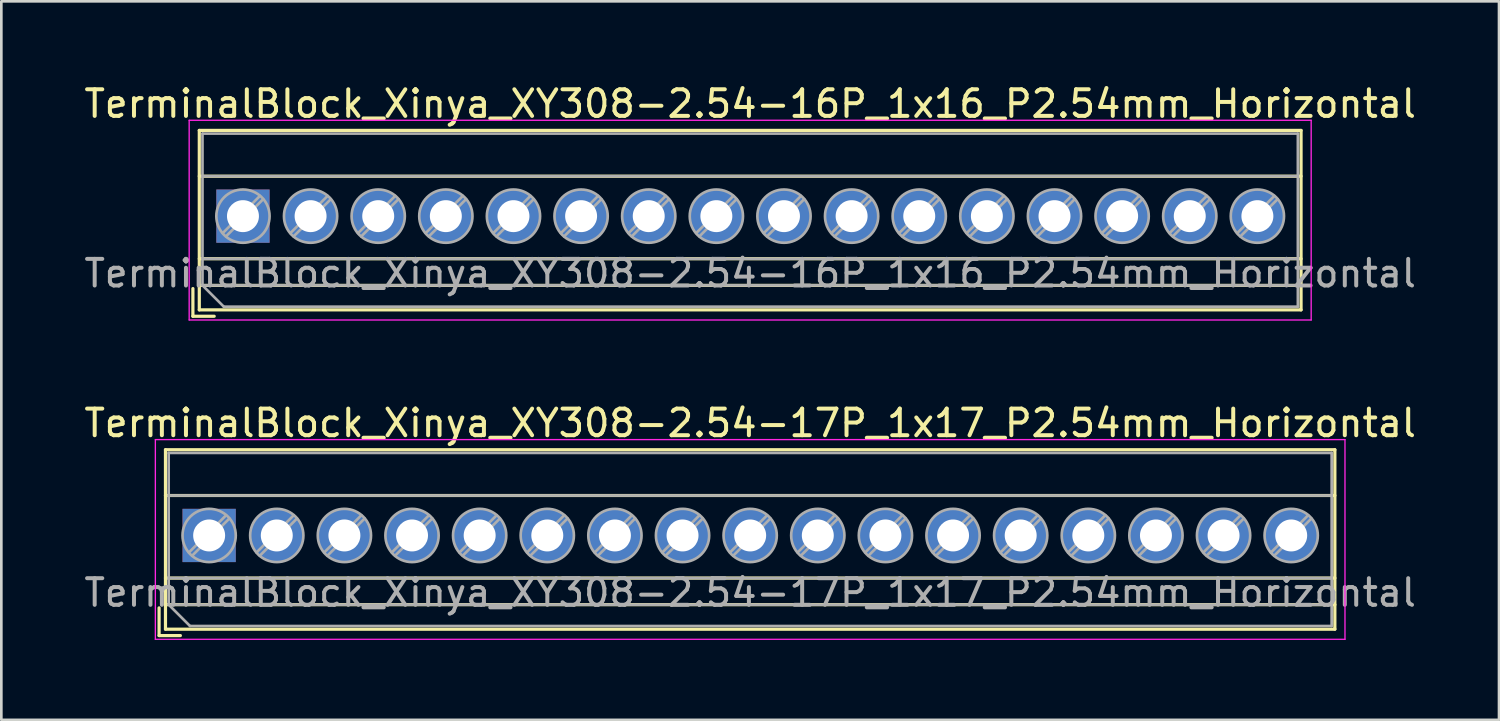
<source format=kicad_pcb>
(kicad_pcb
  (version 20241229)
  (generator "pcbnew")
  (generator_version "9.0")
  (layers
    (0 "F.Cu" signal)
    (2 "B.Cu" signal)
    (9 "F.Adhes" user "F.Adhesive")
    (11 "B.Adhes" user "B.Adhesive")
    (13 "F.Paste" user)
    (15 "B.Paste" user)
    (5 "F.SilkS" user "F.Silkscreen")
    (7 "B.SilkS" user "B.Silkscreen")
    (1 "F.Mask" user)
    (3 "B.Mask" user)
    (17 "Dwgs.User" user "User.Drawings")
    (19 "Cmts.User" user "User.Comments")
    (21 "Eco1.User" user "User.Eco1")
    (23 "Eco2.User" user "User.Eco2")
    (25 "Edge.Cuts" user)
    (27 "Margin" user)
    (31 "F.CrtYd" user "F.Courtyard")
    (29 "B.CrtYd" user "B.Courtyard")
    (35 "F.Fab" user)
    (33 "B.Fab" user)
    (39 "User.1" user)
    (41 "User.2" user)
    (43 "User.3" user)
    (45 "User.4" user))
  (footprint "TerminalBlock_Xinya_XY308-2.54-16P_1x16_P2.54mm_Horizontal"
    (layer "F.Cu")
    (at 6.075 5.068)
    (property "Reference" "TerminalBlock_Xinya_XY308-2.54-16P_1x16_P2.54mm_Horizontal" (at 19.05 -4.22 0) (layer "F.SilkS") (effects (font (size 1 1) (thickness 0.15))))
    (attr through_hole)
    (fp_line (start -1.88 2.72) (end -1.88 3.76) (stroke (width 0.12) (type solid)) (layer "F.SilkS"))
    (fp_line (start -1.88 3.76) (end -1.08 3.76) (stroke (width 0.12) (type solid)) (layer "F.SilkS"))
    (fp_line (start -1.64 -3.22) (end -1.64 3.52) (stroke (width 0.12) (type solid)) (layer "F.SilkS"))
    (fp_line (start -1.64 -3.22) (end 39.74 -3.22) (stroke (width 0.12) (type solid)) (layer "F.SilkS"))
    (fp_line (start -1.64 -1.501) (end 39.74 -1.501) (stroke (width 0.12) (type solid)) (layer "F.SilkS"))
    (fp_line (start -1.64 1.6) (end 39.74 1.6) (stroke (width 0.12) (type solid)) (layer "F.SilkS"))
    (fp_line (start -1.64 2.6) (end 39.74 2.6) (stroke (width 0.12) (type solid)) (layer "F.SilkS"))
    (fp_line (start -1.64 3.52) (end 39.74 3.52) (stroke (width 0.12) (type solid)) (layer "F.SilkS"))
    (fp_line (start 39.74 -3.22) (end 39.74 3.52) (stroke (width 0.12) (type solid)) (layer "F.SilkS"))
    (fp_line (start -2.02 -3.6) (end -2.02 3.9) (stroke (width 0.05) (type solid)) (layer "F.CrtYd"))
    (fp_line (start -2.02 3.9) (end 40.12 3.9) (stroke (width 0.05) (type solid)) (layer "F.CrtYd"))
    (fp_line (start 40.12 -3.6) (end -2.02 -3.6) (stroke (width 0.05) (type solid)) (layer "F.CrtYd"))
    (fp_line (start 40.12 3.9) (end 40.12 -3.6) (stroke (width 0.05) (type solid)) (layer "F.CrtYd"))
    (fp_line (start -1.52 -3.1) (end 39.62 -3.1) (stroke (width 0.1) (type solid)) (layer "F.Fab"))
    (fp_line (start -1.52 -1.5) (end 39.62 -1.5) (stroke (width 0.1) (type solid)) (layer "F.Fab"))
    (fp_line (start -1.52 1.6) (end 39.62 1.6) (stroke (width 0.1) (type solid)) (layer "F.Fab"))
    (fp_line (start -1.52 2.6) (end -1.52 -3.1) (stroke (width 0.1) (type solid)) (layer "F.Fab"))
    (fp_line (start -1.52 2.6) (end 39.62 2.6) (stroke (width 0.1) (type solid)) (layer "F.Fab"))
    (fp_line (start -0.72 3.4) (end -1.52 2.6) (stroke (width 0.1) (type solid)) (layer "F.Fab"))
    (fp_line (start 0.637 -0.759) (end -0.759 0.637) (stroke (width 0.1) (type solid)) (layer "F.Fab"))
    (fp_line (start 0.759 -0.637) (end -0.637 0.759) (stroke (width 0.1) (type solid)) (layer "F.Fab"))
    (fp_line (start 3.177 -0.759) (end 1.782 0.637) (stroke (width 0.1) (type solid)) (layer "F.Fab"))
    (fp_line (start 3.299 -0.637) (end 1.904 0.759) (stroke (width 0.1) (type solid)) (layer "F.Fab"))
    (fp_line (start 5.717 -0.759) (end 4.322 0.637) (stroke (width 0.1) (type solid)) (layer "F.Fab"))
    (fp_line (start 5.839 -0.637) (end 4.444 0.759) (stroke (width 0.1) (type solid)) (layer "F.Fab"))
    (fp_line (start 8.257 -0.759) (end 6.862 0.637) (stroke (width 0.1) (type solid)) (layer "F.Fab"))
    (fp_line (start 8.379 -0.637) (end 6.984 0.759) (stroke (width 0.1) (type solid)) (layer "F.Fab"))
    (fp_line (start 10.797 -0.759) (end 9.402 0.637) (stroke (width 0.1) (type solid)) (layer "F.Fab"))
    (fp_line (start 10.919 -0.637) (end 9.524 0.759) (stroke (width 0.1) (type solid)) (layer "F.Fab"))
    (fp_line (start 13.337 -0.759) (end 11.942 0.637) (stroke (width 0.1) (type solid)) (layer "F.Fab"))
    (fp_line (start 13.459 -0.637) (end 12.064 0.759) (stroke (width 0.1) (type solid)) (layer "F.Fab"))
    (fp_line (start 15.877 -0.759) (end 14.482 0.637) (stroke (width 0.1) (type solid)) (layer "F.Fab"))
    (fp_line (start 15.999 -0.637) (end 14.604 0.759) (stroke (width 0.1) (type solid)) (layer "F.Fab"))
    (fp_line (start 18.417 -0.759) (end 17.022 0.637) (stroke (width 0.1) (type solid)) (layer "F.Fab"))
    (fp_line (start 18.539 -0.637) (end 17.144 0.759) (stroke (width 0.1) (type solid)) (layer "F.Fab"))
    (fp_line (start 20.957 -0.759) (end 19.562 0.637) (stroke (width 0.1) (type solid)) (layer "F.Fab"))
    (fp_line (start 21.079 -0.637) (end 19.684 0.759) (stroke (width 0.1) (type solid)) (layer "F.Fab"))
    (fp_line (start 23.497 -0.759) (end 22.102 0.637) (stroke (width 0.1) (type solid)) (layer "F.Fab"))
    (fp_line (start 23.619 -0.637) (end 22.224 0.759) (stroke (width 0.1) (type solid)) (layer "F.Fab"))
    (fp_line (start 26.037 -0.759) (end 24.642 0.637) (stroke (width 0.1) (type solid)) (layer "F.Fab"))
    (fp_line (start 26.159 -0.637) (end 24.764 0.759) (stroke (width 0.1) (type solid)) (layer "F.Fab"))
    (fp_line (start 28.577 -0.759) (end 27.182 0.637) (stroke (width 0.1) (type solid)) (layer "F.Fab"))
    (fp_line (start 28.699 -0.637) (end 27.304 0.759) (stroke (width 0.1) (type solid)) (layer "F.Fab"))
    (fp_line (start 31.117 -0.759) (end 29.722 0.637) (stroke (width 0.1) (type solid)) (layer "F.Fab"))
    (fp_line (start 31.239 -0.637) (end 29.844 0.759) (stroke (width 0.1) (type solid)) (layer "F.Fab"))
    (fp_line (start 33.657 -0.759) (end 32.262 0.637) (stroke (width 0.1) (type solid)) (layer "F.Fab"))
    (fp_line (start 33.779 -0.637) (end 32.384 0.759) (stroke (width 0.1) (type solid)) (layer "F.Fab"))
    (fp_line (start 36.197 -0.759) (end 34.802 0.637) (stroke (width 0.1) (type solid)) (layer "F.Fab"))
    (fp_line (start 36.319 -0.637) (end 34.924 0.759) (stroke (width 0.1) (type solid)) (layer "F.Fab"))
    (fp_line (start 38.737 -0.759) (end 37.342 0.637) (stroke (width 0.1) (type solid)) (layer "F.Fab"))
    (fp_line (start 38.859 -0.637) (end 37.464 0.759) (stroke (width 0.1) (type solid)) (layer "F.Fab"))
    (fp_line (start 39.62 -3.1) (end 39.62 3.4) (stroke (width 0.1) (type solid)) (layer "F.Fab"))
    (fp_line (start 39.62 3.4) (end -0.72 3.4) (stroke (width 0.1) (type solid)) (layer "F.Fab"))
    (fp_circle (center 0 0) (end 1 0) (stroke (width 0.1) (type solid)) (fill no) (layer "F.Fab"))
    (fp_circle (center 2.54 0) (end 3.54 0) (stroke (width 0.1) (type solid)) (fill no) (layer "F.Fab"))
    (fp_circle (center 5.08 0) (end 6.08 0) (stroke (width 0.1) (type solid)) (fill no) (layer "F.Fab"))
    (fp_circle (center 7.62 0) (end 8.62 0) (stroke (width 0.1) (type solid)) (fill no) (layer "F.Fab"))
    (fp_circle (center 10.16 0) (end 11.16 0) (stroke (width 0.1) (type solid)) (fill no) (layer "F.Fab"))
    (fp_circle (center 12.7 0) (end 13.7 0) (stroke (width 0.1) (type solid)) (fill no) (layer "F.Fab"))
    (fp_circle (center 15.24 0) (end 16.24 0) (stroke (width 0.1) (type solid)) (fill no) (layer "F.Fab"))
    (fp_circle (center 17.78 0) (end 18.78 0) (stroke (width 0.1) (type solid)) (fill no) (layer "F.Fab"))
    (fp_circle (center 20.32 0) (end 21.32 0) (stroke (width 0.1) (type solid)) (fill no) (layer "F.Fab"))
    (fp_circle (center 22.86 0) (end 23.86 0) (stroke (width 0.1) (type solid)) (fill no) (layer "F.Fab"))
    (fp_circle (center 25.4 0) (end 26.4 0) (stroke (width 0.1) (type solid)) (fill no) (layer "F.Fab"))
    (fp_circle (center 27.94 0) (end 28.94 0) (stroke (width 0.1) (type solid)) (fill no) (layer "F.Fab"))
    (fp_circle (center 30.48 0) (end 31.48 0) (stroke (width 0.1) (type solid)) (fill no) (layer "F.Fab"))
    (fp_circle (center 33.02 0) (end 34.02 0) (stroke (width 0.1) (type solid)) (fill no) (layer "F.Fab"))
    (fp_circle (center 35.56 0) (end 36.56 0) (stroke (width 0.1) (type solid)) (fill no) (layer "F.Fab"))
    (fp_circle (center 38.1 0) (end 39.1 0) (stroke (width 0.1) (type solid)) (fill no) (layer "F.Fab"))
    (fp_text user "${REFERENCE}" (at 19.05 2.15 0) (layer "F.Fab") (effects (font (size 1 1) (thickness 0.15))))
    (pad "1" thru_hole rect (at 0 0) (size 2 2) (drill 1.2) (layers "*.Cu" "*.Mask"))
    (pad "2" thru_hole circle (at 2.54 0) (size 2 2) (drill 1.2) (layers "*.Cu" "*.Mask"))
    (pad "3" thru_hole circle (at 5.08 0) (size 2 2) (drill 1.2) (layers "*.Cu" "*.Mask"))
    (pad "4" thru_hole circle (at 7.62 0) (size 2 2) (drill 1.2) (layers "*.Cu" "*.Mask"))
    (pad "5" thru_hole circle (at 10.16 0) (size 2 2) (drill 1.2) (layers "*.Cu" "*.Mask"))
    (pad "6" thru_hole circle (at 12.7 0) (size 2 2) (drill 1.2) (layers "*.Cu" "*.Mask"))
    (pad "7" thru_hole circle (at 15.24 0) (size 2 2) (drill 1.2) (layers "*.Cu" "*.Mask"))
    (pad "8" thru_hole circle (at 17.78 0) (size 2 2) (drill 1.2) (layers "*.Cu" "*.Mask"))
    (pad "9" thru_hole circle (at 20.32 0) (size 2 2) (drill 1.2) (layers "*.Cu" "*.Mask"))
    (pad "10" thru_hole circle (at 22.86 0) (size 2 2) (drill 1.2) (layers "*.Cu" "*.Mask"))
    (pad "11" thru_hole circle (at 25.4 0) (size 2 2) (drill 1.2) (layers "*.Cu" "*.Mask"))
    (pad "12" thru_hole circle (at 27.94 0) (size 2 2) (drill 1.2) (layers "*.Cu" "*.Mask"))
    (pad "13" thru_hole circle (at 30.48 0) (size 2 2) (drill 1.2) (layers "*.Cu" "*.Mask"))
    (pad "14" thru_hole circle (at 33.02 0) (size 2 2) (drill 1.2) (layers "*.Cu" "*.Mask"))
    (pad "15" thru_hole circle (at 35.56 0) (size 2 2) (drill 1.2) (layers "*.Cu" "*.Mask"))
    (pad "16" thru_hole circle (at 38.1 0) (size 2 2) (drill 1.2) (layers "*.Cu" "*.Mask")))
  (footprint "TerminalBlock_Xinya_XY308-2.54-17P_1x17_P2.54mm_Horizontal"
    (layer "F.Cu")
    (at 4.805 17.061)
    (property "Reference" "TerminalBlock_Xinya_XY308-2.54-17P_1x17_P2.54mm_Horizontal" (at 20.32 -4.22 0) (layer "F.SilkS") (effects (font (size 1 1) (thickness 0.15))))
    (attr through_hole)
    (fp_line (start -1.88 2.72) (end -1.88 3.76) (stroke (width 0.12) (type solid)) (layer "F.SilkS"))
    (fp_line (start -1.88 3.76) (end -1.08 3.76) (stroke (width 0.12) (type solid)) (layer "F.SilkS"))
    (fp_line (start -1.64 -3.22) (end -1.64 3.52) (stroke (width 0.12) (type solid)) (layer "F.SilkS"))
    (fp_line (start -1.64 -3.22) (end 42.28 -3.22) (stroke (width 0.12) (type solid)) (layer "F.SilkS"))
    (fp_line (start -1.64 -1.501) (end 42.28 -1.501) (stroke (width 0.12) (type solid)) (layer "F.SilkS"))
    (fp_line (start -1.64 1.6) (end 42.28 1.6) (stroke (width 0.12) (type solid)) (layer "F.SilkS"))
    (fp_line (start -1.64 2.6) (end 42.28 2.6) (stroke (width 0.12) (type solid)) (layer "F.SilkS"))
    (fp_line (start -1.64 3.52) (end 42.28 3.52) (stroke (width 0.12) (type solid)) (layer "F.SilkS"))
    (fp_line (start 42.28 -3.22) (end 42.28 3.52) (stroke (width 0.12) (type solid)) (layer "F.SilkS"))
    (fp_line (start -2.02 -3.6) (end -2.02 3.9) (stroke (width 0.05) (type solid)) (layer "F.CrtYd"))
    (fp_line (start -2.02 3.9) (end 42.66 3.9) (stroke (width 0.05) (type solid)) (layer "F.CrtYd"))
    (fp_line (start 42.66 -3.6) (end -2.02 -3.6) (stroke (width 0.05) (type solid)) (layer "F.CrtYd"))
    (fp_line (start 42.66 3.9) (end 42.66 -3.6) (stroke (width 0.05) (type solid)) (layer "F.CrtYd"))
    (fp_line (start -1.52 -3.1) (end 42.16 -3.1) (stroke (width 0.1) (type solid)) (layer "F.Fab"))
    (fp_line (start -1.52 -1.5) (end 42.16 -1.5) (stroke (width 0.1) (type solid)) (layer "F.Fab"))
    (fp_line (start -1.52 1.6) (end 42.16 1.6) (stroke (width 0.1) (type solid)) (layer "F.Fab"))
    (fp_line (start -1.52 2.6) (end -1.52 -3.1) (stroke (width 0.1) (type solid)) (layer "F.Fab"))
    (fp_line (start -1.52 2.6) (end 42.16 2.6) (stroke (width 0.1) (type solid)) (layer "F.Fab"))
    (fp_line (start -0.72 3.4) (end -1.52 2.6) (stroke (width 0.1) (type solid)) (layer "F.Fab"))
    (fp_line (start 0.637 -0.759) (end -0.759 0.637) (stroke (width 0.1) (type solid)) (layer "F.Fab"))
    (fp_line (start 0.759 -0.637) (end -0.637 0.759) (stroke (width 0.1) (type solid)) (layer "F.Fab"))
    (fp_line (start 3.177 -0.759) (end 1.782 0.637) (stroke (width 0.1) (type solid)) (layer "F.Fab"))
    (fp_line (start 3.299 -0.637) (end 1.904 0.759) (stroke (width 0.1) (type solid)) (layer "F.Fab"))
    (fp_line (start 5.717 -0.759) (end 4.322 0.637) (stroke (width 0.1) (type solid)) (layer "F.Fab"))
    (fp_line (start 5.839 -0.637) (end 4.444 0.759) (stroke (width 0.1) (type solid)) (layer "F.Fab"))
    (fp_line (start 8.257 -0.759) (end 6.862 0.637) (stroke (width 0.1) (type solid)) (layer "F.Fab"))
    (fp_line (start 8.379 -0.637) (end 6.984 0.759) (stroke (width 0.1) (type solid)) (layer "F.Fab"))
    (fp_line (start 10.797 -0.759) (end 9.402 0.637) (stroke (width 0.1) (type solid)) (layer "F.Fab"))
    (fp_line (start 10.919 -0.637) (end 9.524 0.759) (stroke (width 0.1) (type solid)) (layer "F.Fab"))
    (fp_line (start 13.337 -0.759) (end 11.942 0.637) (stroke (width 0.1) (type solid)) (layer "F.Fab"))
    (fp_line (start 13.459 -0.637) (end 12.064 0.759) (stroke (width 0.1) (type solid)) (layer "F.Fab"))
    (fp_line (start 15.877 -0.759) (end 14.482 0.637) (stroke (width 0.1) (type solid)) (layer "F.Fab"))
    (fp_line (start 15.999 -0.637) (end 14.604 0.759) (stroke (width 0.1) (type solid)) (layer "F.Fab"))
    (fp_line (start 18.417 -0.759) (end 17.022 0.637) (stroke (width 0.1) (type solid)) (layer "F.Fab"))
    (fp_line (start 18.539 -0.637) (end 17.144 0.759) (stroke (width 0.1) (type solid)) (layer "F.Fab"))
    (fp_line (start 20.957 -0.759) (end 19.562 0.637) (stroke (width 0.1) (type solid)) (layer "F.Fab"))
    (fp_line (start 21.079 -0.637) (end 19.684 0.759) (stroke (width 0.1) (type solid)) (layer "F.Fab"))
    (fp_line (start 23.497 -0.759) (end 22.102 0.637) (stroke (width 0.1) (type solid)) (layer "F.Fab"))
    (fp_line (start 23.619 -0.637) (end 22.224 0.759) (stroke (width 0.1) (type solid)) (layer "F.Fab"))
    (fp_line (start 26.037 -0.759) (end 24.642 0.637) (stroke (width 0.1) (type solid)) (layer "F.Fab"))
    (fp_line (start 26.159 -0.637) (end 24.764 0.759) (stroke (width 0.1) (type solid)) (layer "F.Fab"))
    (fp_line (start 28.577 -0.759) (end 27.182 0.637) (stroke (width 0.1) (type solid)) (layer "F.Fab"))
    (fp_line (start 28.699 -0.637) (end 27.304 0.759) (stroke (width 0.1) (type solid)) (layer "F.Fab"))
    (fp_line (start 31.117 -0.759) (end 29.722 0.637) (stroke (width 0.1) (type solid)) (layer "F.Fab"))
    (fp_line (start 31.239 -0.637) (end 29.844 0.759) (stroke (width 0.1) (type solid)) (layer "F.Fab"))
    (fp_line (start 33.657 -0.759) (end 32.262 0.637) (stroke (width 0.1) (type solid)) (layer "F.Fab"))
    (fp_line (start 33.779 -0.637) (end 32.384 0.759) (stroke (width 0.1) (type solid)) (layer "F.Fab"))
    (fp_line (start 36.197 -0.759) (end 34.802 0.637) (stroke (width 0.1) (type solid)) (layer "F.Fab"))
    (fp_line (start 36.319 -0.637) (end 34.924 0.759) (stroke (width 0.1) (type solid)) (layer "F.Fab"))
    (fp_line (start 38.737 -0.759) (end 37.342 0.637) (stroke (width 0.1) (type solid)) (layer "F.Fab"))
    (fp_line (start 38.859 -0.637) (end 37.464 0.759) (stroke (width 0.1) (type solid)) (layer "F.Fab"))
    (fp_line (start 41.277 -0.759) (end 39.882 0.637) (stroke (width 0.1) (type solid)) (layer "F.Fab"))
    (fp_line (start 41.399 -0.637) (end 40.004 0.759) (stroke (width 0.1) (type solid)) (layer "F.Fab"))
    (fp_line (start 42.16 -3.1) (end 42.16 3.4) (stroke (width 0.1) (type solid)) (layer "F.Fab"))
    (fp_line (start 42.16 3.4) (end -0.72 3.4) (stroke (width 0.1) (type solid)) (layer "F.Fab"))
    (fp_circle (center 0 0) (end 1 0) (stroke (width 0.1) (type solid)) (fill no) (layer "F.Fab"))
    (fp_circle (center 2.54 0) (end 3.54 0) (stroke (width 0.1) (type solid)) (fill no) (layer "F.Fab"))
    (fp_circle (center 5.08 0) (end 6.08 0) (stroke (width 0.1) (type solid)) (fill no) (layer "F.Fab"))
    (fp_circle (center 7.62 0) (end 8.62 0) (stroke (width 0.1) (type solid)) (fill no) (layer "F.Fab"))
    (fp_circle (center 10.16 0) (end 11.16 0) (stroke (width 0.1) (type solid)) (fill no) (layer "F.Fab"))
    (fp_circle (center 12.7 0) (end 13.7 0) (stroke (width 0.1) (type solid)) (fill no) (layer "F.Fab"))
    (fp_circle (center 15.24 0) (end 16.24 0) (stroke (width 0.1) (type solid)) (fill no) (layer "F.Fab"))
    (fp_circle (center 17.78 0) (end 18.78 0) (stroke (width 0.1) (type solid)) (fill no) (layer "F.Fab"))
    (fp_circle (center 20.32 0) (end 21.32 0) (stroke (width 0.1) (type solid)) (fill no) (layer "F.Fab"))
    (fp_circle (center 22.86 0) (end 23.86 0) (stroke (width 0.1) (type solid)) (fill no) (layer "F.Fab"))
    (fp_circle (center 25.4 0) (end 26.4 0) (stroke (width 0.1) (type solid)) (fill no) (layer "F.Fab"))
    (fp_circle (center 27.94 0) (end 28.94 0) (stroke (width 0.1) (type solid)) (fill no) (layer "F.Fab"))
    (fp_circle (center 30.48 0) (end 31.48 0) (stroke (width 0.1) (type solid)) (fill no) (layer "F.Fab"))
    (fp_circle (center 33.02 0) (end 34.02 0) (stroke (width 0.1) (type solid)) (fill no) (layer "F.Fab"))
    (fp_circle (center 35.56 0) (end 36.56 0) (stroke (width 0.1) (type solid)) (fill no) (layer "F.Fab"))
    (fp_circle (center 38.1 0) (end 39.1 0) (stroke (width 0.1) (type solid)) (fill no) (layer "F.Fab"))
    (fp_circle (center 40.64 0) (end 41.64 0) (stroke (width 0.1) (type solid)) (fill no) (layer "F.Fab"))
    (fp_text user "${REFERENCE}" (at 20.32 2.15 0) (layer "F.Fab") (effects (font (size 1 1) (thickness 0.15))))
    (pad "1" thru_hole rect (at 0 0) (size 2 2) (drill 1.2) (layers "*.Cu" "*.Mask"))
    (pad "2" thru_hole circle (at 2.54 0) (size 2 2) (drill 1.2) (layers "*.Cu" "*.Mask"))
    (pad "3" thru_hole circle (at 5.08 0) (size 2 2) (drill 1.2) (layers "*.Cu" "*.Mask"))
    (pad "4" thru_hole circle (at 7.62 0) (size 2 2) (drill 1.2) (layers "*.Cu" "*.Mask"))
    (pad "5" thru_hole circle (at 10.16 0) (size 2 2) (drill 1.2) (layers "*.Cu" "*.Mask"))
    (pad "6" thru_hole circle (at 12.7 0) (size 2 2) (drill 1.2) (layers "*.Cu" "*.Mask"))
    (pad "7" thru_hole circle (at 15.24 0) (size 2 2) (drill 1.2) (layers "*.Cu" "*.Mask"))
    (pad "8" thru_hole circle (at 17.78 0) (size 2 2) (drill 1.2) (layers "*.Cu" "*.Mask"))
    (pad "9" thru_hole circle (at 20.32 0) (size 2 2) (drill 1.2) (layers "*.Cu" "*.Mask"))
    (pad "10" thru_hole circle (at 22.86 0) (size 2 2) (drill 1.2) (layers "*.Cu" "*.Mask"))
    (pad "11" thru_hole circle (at 25.4 0) (size 2 2) (drill 1.2) (layers "*.Cu" "*.Mask"))
    (pad "12" thru_hole circle (at 27.94 0) (size 2 2) (drill 1.2) (layers "*.Cu" "*.Mask"))
    (pad "13" thru_hole circle (at 30.48 0) (size 2 2) (drill 1.2) (layers "*.Cu" "*.Mask"))
    (pad "14" thru_hole circle (at 33.02 0) (size 2 2) (drill 1.2) (layers "*.Cu" "*.Mask"))
    (pad "15" thru_hole circle (at 35.56 0) (size 2 2) (drill 1.2) (layers "*.Cu" "*.Mask"))
    (pad "16" thru_hole circle (at 38.1 0) (size 2 2) (drill 1.2) (layers "*.Cu" "*.Mask"))
    (pad "17" thru_hole circle (at 40.64 0) (size 2 2) (drill 1.2) (layers "*.Cu" "*.Mask")))
  (gr_rect
    (start -3 -3)
    (end 53.25 23.986)
    (stroke (width 0.1) (type default))
    (fill no)
    (layer "Edge.Cuts")))
</source>
